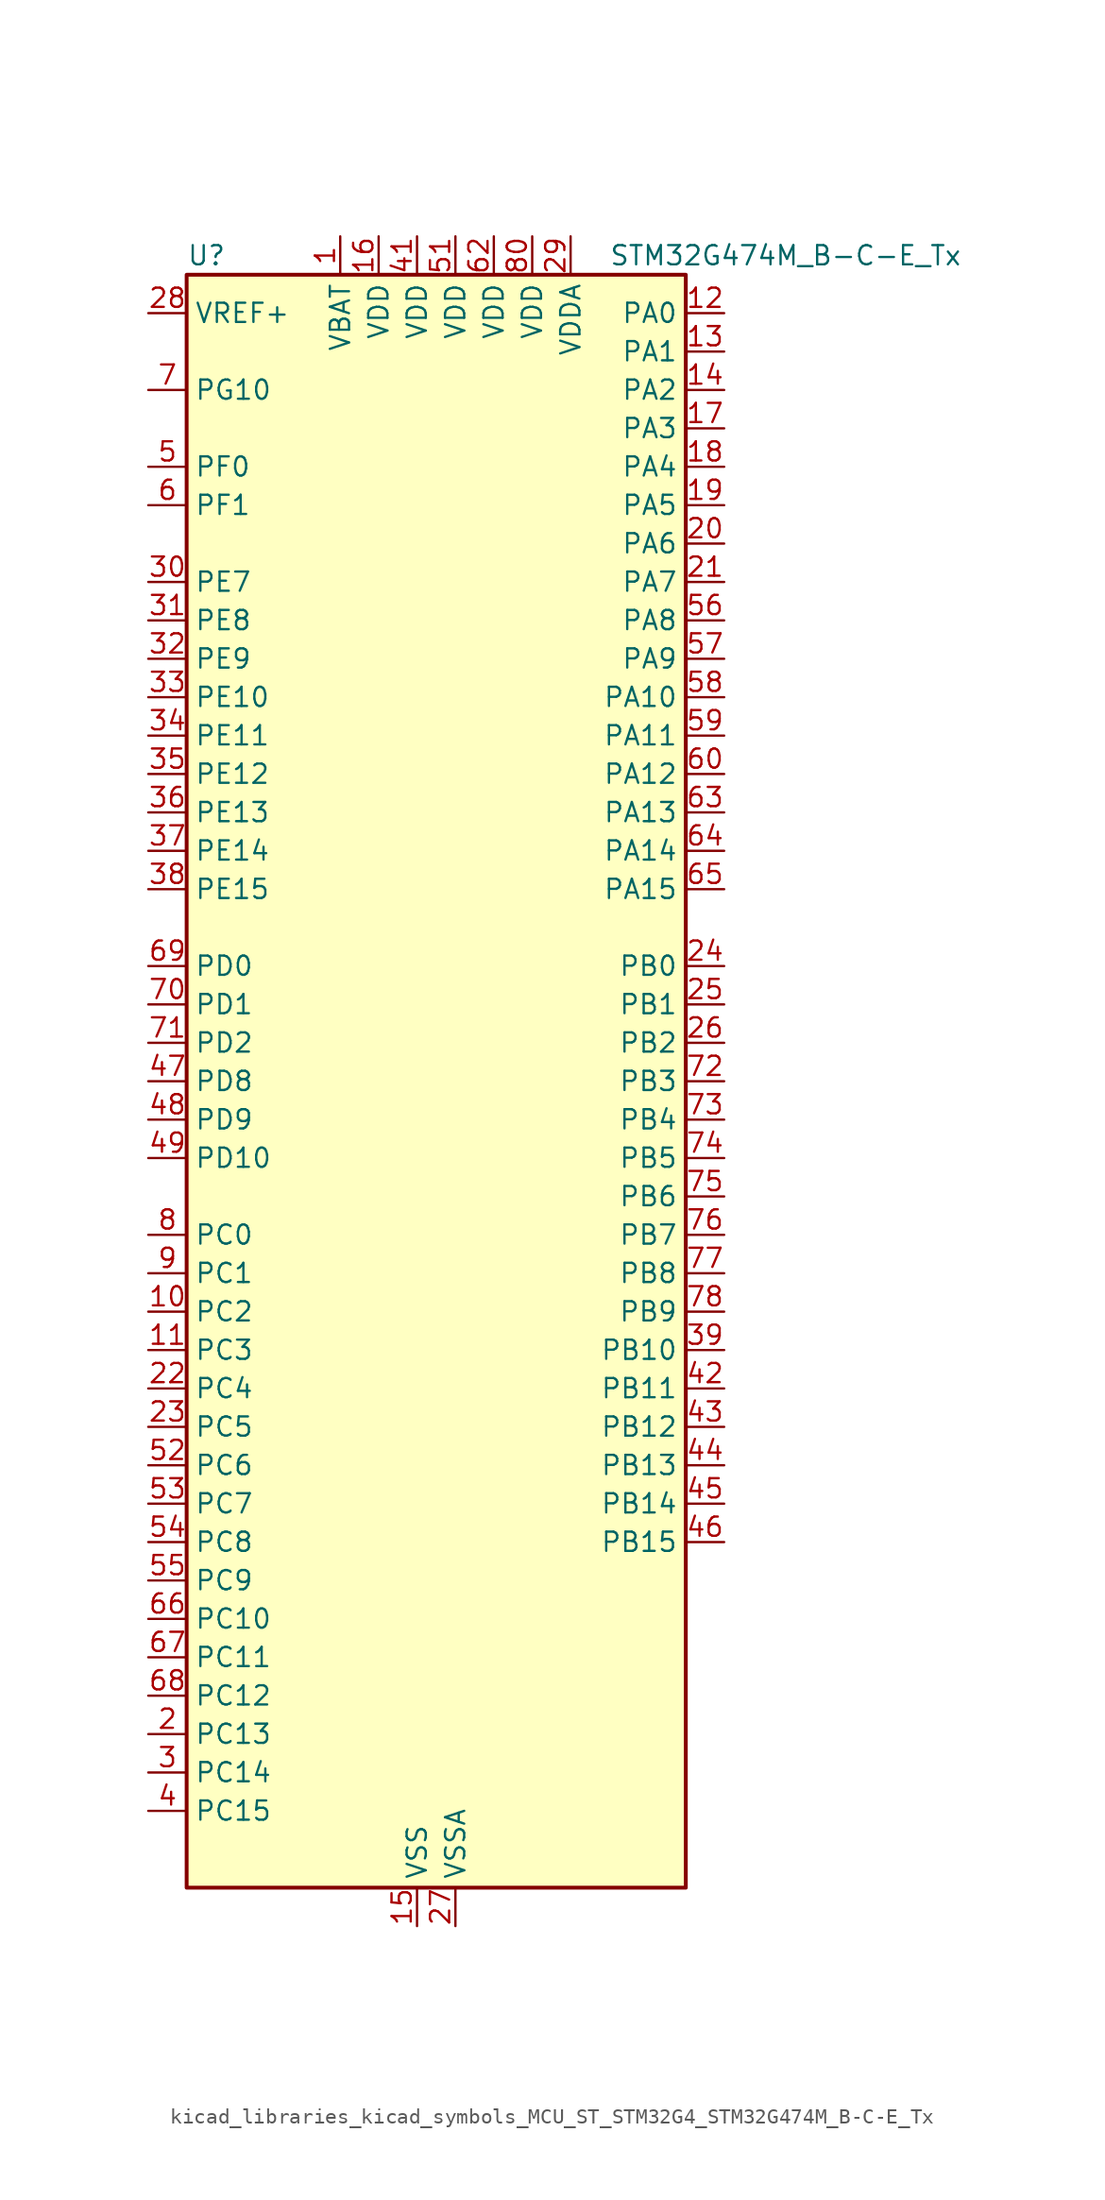
<source format=kicad_sym>
(kicad_symbol_lib
  (version 20220914)
  (generator kicad_symbol_editor)
  (symbol "kicad_libraries_kicad_symbols_MCU_ST_STM32G4_STM32G474M_B-C-E_Tx"
    (property "Reference" "U"
      (at -15.24 54.61 0)
      (effects (font (size 1.27 1.27)) (justify left)))
    (property "Value" "STM32G474M_B-C-E_Tx"
      (at 12.7 54.61 0)
      (effects (font (size 1.27 1.27)) (justify left)))
    (property "ki_locked" ""
      (at 0 0 0)
      (effects (font (size 1.27 1.27))))
    (symbol "kicad_libraries_kicad_symbols_MCU_ST_STM32G4_STM32G474M_B-C-E_Tx_0_1"
      (rectangle (start -15.24 -53.34) (end 17.78 53.34) (stroke (width 0.254) (type default)) (fill (type background))))
    (symbol "kicad_libraries_kicad_symbols_MCU_ST_STM32G4_STM32G474M_B-C-E_Tx_1_1"
      (pin power_in line (at -5.08 55.88 270) (length 2.54) (name "VBAT" (effects (font (size 1.27 1.27)))) (number "1" (effects (font (size 1.27 1.27)))))
      (pin bidirectional line (at -17.78 -15.24 0) (length 2.54) (name "PC2" (effects (font (size 1.27 1.27)))) (number "10" (effects (font (size 1.27 1.27)))) (alternate "ADC1_IN8" bidirectional line) (alternate "ADC2_IN8" bidirectional line) (alternate "ADC3_EXTI2" bidirectional line) (alternate "ADC4_EXTI2" bidirectional line) (alternate "ADC5_EXTI2" bidirectional line) (alternate "COMP3_OUT" bidirectional line) (alternate "LPTIM1_IN2" bidirectional line) (alternate "QUADSPI1_BK2_IO1" bidirectional line) (alternate "TIM1_CH3" bidirectional line) (alternate "TIM20_CH2" bidirectional line))
      (pin bidirectional line (at -17.78 -17.78 0) (length 2.54) (name "PC3" (effects (font (size 1.27 1.27)))) (number "11" (effects (font (size 1.27 1.27)))) (alternate "ADC1_IN9" bidirectional line) (alternate "ADC2_IN9" bidirectional line) (alternate "ADC3_EXTI3" bidirectional line) (alternate "ADC4_EXTI3" bidirectional line) (alternate "ADC5_EXTI3" bidirectional line) (alternate "LPTIM1_ETR" bidirectional line) (alternate "OPAMP5_VINP" bidirectional line) (alternate "OPAMP5_VINP_SEC" bidirectional line) (alternate "QUADSPI1_BK2_IO2" bidirectional line) (alternate "SAI1_D1" bidirectional line) (alternate "SAI1_SD_A" bidirectional line) (alternate "TIM1_BKIN2" bidirectional line) (alternate "TIM1_CH4" bidirectional line))
      (pin bidirectional line (at 20.32 50.8 180) (length 2.54) (name "PA0" (effects (font (size 1.27 1.27)))) (number "12" (effects (font (size 1.27 1.27)))) (alternate "ADC1_IN1" bidirectional line) (alternate "ADC2_IN1" bidirectional line) (alternate "COMP1_INM" bidirectional line) (alternate "COMP1_OUT" bidirectional line) (alternate "COMP3_INP" bidirectional line) (alternate "RTC_TAMP2" bidirectional line) (alternate "SYS_WKUP1" bidirectional line) (alternate "TIM2_CH1" bidirectional line) (alternate "TIM2_ETR" bidirectional line) (alternate "TIM5_CH1" bidirectional line) (alternate "TIM8_BKIN" bidirectional line) (alternate "TIM8_ETR" bidirectional line) (alternate "USART2_CTS" bidirectional line) (alternate "USART2_NSS" bidirectional line))
      (pin bidirectional line (at 20.32 48.26 180) (length 2.54) (name "PA1" (effects (font (size 1.27 1.27)))) (number "13" (effects (font (size 1.27 1.27)))) (alternate "ADC1_IN2" bidirectional line) (alternate "ADC2_IN2" bidirectional line) (alternate "COMP1_INP" bidirectional line) (alternate "OPAMP1_VINP" bidirectional line) (alternate "OPAMP1_VINP_SEC" bidirectional line) (alternate "OPAMP3_VINP" bidirectional line) (alternate "OPAMP3_VINP_SEC" bidirectional line) (alternate "OPAMP6_VINM" bidirectional line) (alternate "OPAMP6_VINM0" bidirectional line) (alternate "OPAMP6_VINM_SEC" bidirectional line) (alternate "RTC_REFIN" bidirectional line) (alternate "TIM15_CH1N" bidirectional line) (alternate "TIM2_CH2" bidirectional line) (alternate "TIM5_CH2" bidirectional line) (alternate "USART2_DE" bidirectional line) (alternate "USART2_RTS" bidirectional line))
      (pin bidirectional line (at 20.32 45.72 180) (length 2.54) (name "PA2" (effects (font (size 1.27 1.27)))) (number "14" (effects (font (size 1.27 1.27)))) (alternate "ADC1_IN3" bidirectional line) (alternate "ADC3_EXTI2" bidirectional line) (alternate "ADC4_EXTI2" bidirectional line) (alternate "ADC5_EXTI2" bidirectional line) (alternate "COMP2_INM" bidirectional line) (alternate "COMP2_OUT" bidirectional line) (alternate "LPUART1_TX" bidirectional line) (alternate "OPAMP1_VOUT" bidirectional line) (alternate "QUADSPI1_BK1_NCS" bidirectional line) (alternate "RCC_LSCO" bidirectional line) (alternate "SYS_WKUP4" bidirectional line) (alternate "TIM15_CH1" bidirectional line) (alternate "TIM2_CH3" bidirectional line) (alternate "TIM5_CH3" bidirectional line) (alternate "UCPD1_FRSTX1" bidirectional line) (alternate "UCPD1_FRSTX2" bidirectional line) (alternate "USART2_TX" bidirectional line))
      (pin power_in line (at 0 -55.88 90) (length 2.54) (name "VSS" (effects (font (size 1.27 1.27)))) (number "15" (effects (font (size 1.27 1.27)))))
      (pin power_in line (at -2.54 55.88 270) (length 2.54) (name "VDD" (effects (font (size 1.27 1.27)))) (number "16" (effects (font (size 1.27 1.27)))))
      (pin bidirectional line (at 20.32 43.18 180) (length 2.54) (name "PA3" (effects (font (size 1.27 1.27)))) (number "17" (effects (font (size 1.27 1.27)))) (alternate "ADC1_IN4" bidirectional line) (alternate "ADC3_EXTI3" bidirectional line) (alternate "ADC4_EXTI3" bidirectional line) (alternate "ADC5_EXTI3" bidirectional line) (alternate "COMP2_INP" bidirectional line) (alternate "LPUART1_RX" bidirectional line) (alternate "OPAMP1_VINM" bidirectional line) (alternate "OPAMP1_VINM0" bidirectional line) (alternate "OPAMP1_VINM_SEC" bidirectional line) (alternate "OPAMP1_VINP" bidirectional line) (alternate "OPAMP1_VINP_SEC" bidirectional line) (alternate "OPAMP5_VINM" bidirectional line) (alternate "OPAMP5_VINM1" bidirectional line) (alternate "OPAMP5_VINM_SEC" bidirectional line) (alternate "QUADSPI1_CLK" bidirectional line) (alternate "SAI1_CK1" bidirectional line) (alternate "SAI1_MCLK_A" bidirectional line) (alternate "TIM15_CH2" bidirectional line) (alternate "TIM2_CH4" bidirectional line) (alternate "TIM5_CH4" bidirectional line) (alternate "USART2_RX" bidirectional line))
      (pin bidirectional line (at 20.32 40.64 180) (length 2.54) (name "PA4" (effects (font (size 1.27 1.27)))) (number "18" (effects (font (size 1.27 1.27)))) (alternate "ADC2_IN17" bidirectional line) (alternate "COMP1_INM" bidirectional line) (alternate "DAC1_OUT1" bidirectional line) (alternate "I2S3_WS" bidirectional line) (alternate "SAI1_FS_B" bidirectional line) (alternate "SPI1_NSS" bidirectional line) (alternate "SPI3_NSS" bidirectional line) (alternate "TIM3_CH2" bidirectional line) (alternate "USART2_CK" bidirectional line))
      (pin bidirectional line (at 20.32 38.1 180) (length 2.54) (name "PA5" (effects (font (size 1.27 1.27)))) (number "19" (effects (font (size 1.27 1.27)))) (alternate "ADC2_IN13" bidirectional line) (alternate "COMP2_INM" bidirectional line) (alternate "DAC1_OUT2" bidirectional line) (alternate "OPAMP2_VINM" bidirectional line) (alternate "OPAMP2_VINM0" bidirectional line) (alternate "OPAMP2_VINM_SEC" bidirectional line) (alternate "SPI1_SCK" bidirectional line) (alternate "TIM2_CH1" bidirectional line) (alternate "TIM2_ETR" bidirectional line) (alternate "UCPD1_FRSTX1" bidirectional line) (alternate "UCPD1_FRSTX2" bidirectional line))
      (pin bidirectional line (at -17.78 -43.18 0) (length 2.54) (name "PC13" (effects (font (size 1.27 1.27)))) (number "2" (effects (font (size 1.27 1.27)))) (alternate "RTC_OUT1" bidirectional line) (alternate "RTC_TAMP1" bidirectional line) (alternate "RTC_TS" bidirectional line) (alternate "SYS_WKUP2" bidirectional line) (alternate "TIM1_BKIN" bidirectional line) (alternate "TIM1_CH1N" bidirectional line) (alternate "TIM8_CH4N" bidirectional line))
      (pin bidirectional line (at 20.32 35.56 180) (length 2.54) (name "PA6" (effects (font (size 1.27 1.27)))) (number "20" (effects (font (size 1.27 1.27)))) (alternate "ADC2_IN3" bidirectional line) (alternate "COMP1_OUT" bidirectional line) (alternate "DAC2_OUT1" bidirectional line) (alternate "LPUART1_CTS" bidirectional line) (alternate "OPAMP2_VOUT" bidirectional line) (alternate "QUADSPI1_BK1_IO3" bidirectional line) (alternate "SPI1_MISO" bidirectional line) (alternate "TIM16_CH1" bidirectional line) (alternate "TIM1_BKIN" bidirectional line) (alternate "TIM3_CH1" bidirectional line) (alternate "TIM8_BKIN" bidirectional line))
      (pin bidirectional line (at 20.32 33.02 180) (length 2.54) (name "PA7" (effects (font (size 1.27 1.27)))) (number "21" (effects (font (size 1.27 1.27)))) (alternate "ADC2_IN4" bidirectional line) (alternate "COMP2_INP" bidirectional line) (alternate "COMP2_OUT" bidirectional line) (alternate "OPAMP1_VINP" bidirectional line) (alternate "OPAMP1_VINP_SEC" bidirectional line) (alternate "OPAMP2_VINP" bidirectional line) (alternate "OPAMP2_VINP_SEC" bidirectional line) (alternate "QUADSPI1_BK1_IO2" bidirectional line) (alternate "SPI1_MOSI" bidirectional line) (alternate "TIM17_CH1" bidirectional line) (alternate "TIM1_CH1N" bidirectional line) (alternate "TIM3_CH2" bidirectional line) (alternate "TIM8_CH1N" bidirectional line) (alternate "UCPD1_FRSTX1" bidirectional line) (alternate "UCPD1_FRSTX2" bidirectional line))
      (pin bidirectional line (at -17.78 -20.32 0) (length 2.54) (name "PC4" (effects (font (size 1.27 1.27)))) (number "22" (effects (font (size 1.27 1.27)))) (alternate "ADC2_IN5" bidirectional line) (alternate "I2C2_SCL" bidirectional line) (alternate "QUADSPI1_BK2_IO3" bidirectional line) (alternate "TIM1_ETR" bidirectional line) (alternate "USART1_TX" bidirectional line))
      (pin bidirectional line (at -17.78 -22.86 0) (length 2.54) (name "PC5" (effects (font (size 1.27 1.27)))) (number "23" (effects (font (size 1.27 1.27)))) (alternate "ADC2_IN11" bidirectional line) (alternate "HRTIM1_EEV10" bidirectional line) (alternate "OPAMP1_VINM" bidirectional line) (alternate "OPAMP1_VINM1" bidirectional line) (alternate "OPAMP1_VINM_SEC" bidirectional line) (alternate "OPAMP2_VINM" bidirectional line) (alternate "OPAMP2_VINM1" bidirectional line) (alternate "OPAMP2_VINM_SEC" bidirectional line) (alternate "SAI1_D3" bidirectional line) (alternate "SYS_WKUP5" bidirectional line) (alternate "TIM15_BKIN" bidirectional line) (alternate "TIM1_CH4N" bidirectional line) (alternate "USART1_RX" bidirectional line))
      (pin bidirectional line (at 20.32 7.62 180) (length 2.54) (name "PB0" (effects (font (size 1.27 1.27)))) (number "24" (effects (font (size 1.27 1.27)))) (alternate "ADC1_IN15" bidirectional line) (alternate "ADC3_IN12" bidirectional line) (alternate "COMP4_INP" bidirectional line) (alternate "HRTIM1_FLT5" bidirectional line) (alternate "OPAMP2_VINP" bidirectional line) (alternate "OPAMP2_VINP_SEC" bidirectional line) (alternate "OPAMP3_VINP" bidirectional line) (alternate "OPAMP3_VINP_SEC" bidirectional line) (alternate "QUADSPI1_BK1_IO1" bidirectional line) (alternate "TIM1_CH2N" bidirectional line) (alternate "TIM3_CH3" bidirectional line) (alternate "TIM8_CH2N" bidirectional line) (alternate "UCPD1_FRSTX1" bidirectional line) (alternate "UCPD1_FRSTX2" bidirectional line))
      (pin bidirectional line (at 20.32 5.08 180) (length 2.54) (name "PB1" (effects (font (size 1.27 1.27)))) (number "25" (effects (font (size 1.27 1.27)))) (alternate "ADC1_IN12" bidirectional line) (alternate "ADC3_IN1" bidirectional line) (alternate "COMP1_INP" bidirectional line) (alternate "COMP4_OUT" bidirectional line) (alternate "HRTIM1_SCOUT" bidirectional line) (alternate "LPUART1_DE" bidirectional line) (alternate "LPUART1_RTS" bidirectional line) (alternate "OPAMP3_VOUT" bidirectional line) (alternate "OPAMP6_VINM" bidirectional line) (alternate "OPAMP6_VINM1" bidirectional line) (alternate "OPAMP6_VINM_SEC" bidirectional line) (alternate "QUADSPI1_BK1_IO0" bidirectional line) (alternate "TIM1_CH3N" bidirectional line) (alternate "TIM3_CH4" bidirectional line) (alternate "TIM8_CH3N" bidirectional line))
      (pin bidirectional line (at 20.32 2.54 180) (length 2.54) (name "PB2" (effects (font (size 1.27 1.27)))) (number "26" (effects (font (size 1.27 1.27)))) (alternate "ADC2_IN12" bidirectional line) (alternate "ADC3_EXTI2" bidirectional line) (alternate "ADC4_EXTI2" bidirectional line) (alternate "ADC5_EXTI2" bidirectional line) (alternate "COMP4_INM" bidirectional line) (alternate "HRTIM1_SCIN" bidirectional line) (alternate "I2C3_SMBA" bidirectional line) (alternate "LPTIM1_OUT" bidirectional line) (alternate "OPAMP3_VINM" bidirectional line) (alternate "OPAMP3_VINM0" bidirectional line) (alternate "OPAMP3_VINM_SEC" bidirectional line) (alternate "QUADSPI1_BK2_IO1" bidirectional line) (alternate "RTC_OUT2" bidirectional line) (alternate "TIM20_CH1" bidirectional line) (alternate "TIM5_CH1" bidirectional line))
      (pin power_in line (at 2.54 -55.88 90) (length 2.54) (name "VSSA" (effects (font (size 1.27 1.27)))) (number "27" (effects (font (size 1.27 1.27)))))
      (pin input line (at -17.78 50.8 0) (length 2.54) (name "VREF+" (effects (font (size 1.27 1.27)))) (number "28" (effects (font (size 1.27 1.27)))) (alternate "VREFBUF_OUT" bidirectional line))
      (pin power_in line (at 10.16 55.88 270) (length 2.54) (name "VDDA" (effects (font (size 1.27 1.27)))) (number "29" (effects (font (size 1.27 1.27)))))
      (pin bidirectional line (at -17.78 -45.72 0) (length 2.54) (name "PC14" (effects (font (size 1.27 1.27)))) (number "3" (effects (font (size 1.27 1.27)))) (alternate "RCC_OSC32_IN" bidirectional line))
      (pin bidirectional line (at -17.78 33.02 0) (length 2.54) (name "PE7" (effects (font (size 1.27 1.27)))) (number "30" (effects (font (size 1.27 1.27)))) (alternate "ADC3_IN4" bidirectional line) (alternate "COMP4_INP" bidirectional line) (alternate "SAI1_SD_B" bidirectional line) (alternate "TIM1_ETR" bidirectional line))
      (pin bidirectional line (at -17.78 30.48 0) (length 2.54) (name "PE8" (effects (font (size 1.27 1.27)))) (number "31" (effects (font (size 1.27 1.27)))) (alternate "ADC3_IN6" bidirectional line) (alternate "ADC4_IN6" bidirectional line) (alternate "ADC5_IN6" bidirectional line) (alternate "COMP4_INM" bidirectional line) (alternate "SAI1_SCK_B" bidirectional line) (alternate "TIM1_CH1N" bidirectional line) (alternate "TIM5_CH3" bidirectional line))
      (pin bidirectional line (at -17.78 27.94 0) (length 2.54) (name "PE9" (effects (font (size 1.27 1.27)))) (number "32" (effects (font (size 1.27 1.27)))) (alternate "ADC3_IN2" bidirectional line) (alternate "DAC1_EXTI9" bidirectional line) (alternate "DAC2_EXTI9" bidirectional line) (alternate "DAC3_EXTI9" bidirectional line) (alternate "DAC4_EXTI9" bidirectional line) (alternate "SAI1_FS_B" bidirectional line) (alternate "TIM1_CH1" bidirectional line) (alternate "TIM5_CH4" bidirectional line))
      (pin bidirectional line (at -17.78 25.4 0) (length 2.54) (name "PE10" (effects (font (size 1.27 1.27)))) (number "33" (effects (font (size 1.27 1.27)))) (alternate "ADC3_IN14" bidirectional line) (alternate "ADC4_IN14" bidirectional line) (alternate "ADC5_IN14" bidirectional line) (alternate "DAC1_EXTI10" bidirectional line) (alternate "DAC2_EXTI10" bidirectional line) (alternate "DAC3_EXTI10" bidirectional line) (alternate "DAC4_EXTI10" bidirectional line) (alternate "QUADSPI1_CLK" bidirectional line) (alternate "SAI1_MCLK_B" bidirectional line) (alternate "TIM1_CH2N" bidirectional line))
      (pin bidirectional line (at -17.78 22.86 0) (length 2.54) (name "PE11" (effects (font (size 1.27 1.27)))) (number "34" (effects (font (size 1.27 1.27)))) (alternate "ADC1_EXTI11" bidirectional line) (alternate "ADC2_EXTI11" bidirectional line) (alternate "ADC3_IN15" bidirectional line) (alternate "ADC4_IN15" bidirectional line) (alternate "ADC5_IN15" bidirectional line) (alternate "QUADSPI1_BK1_NCS" bidirectional line) (alternate "SPI4_NSS" bidirectional line) (alternate "TIM1_CH2" bidirectional line))
      (pin bidirectional line (at -17.78 20.32 0) (length 2.54) (name "PE12" (effects (font (size 1.27 1.27)))) (number "35" (effects (font (size 1.27 1.27)))) (alternate "ADC3_IN16" bidirectional line) (alternate "ADC4_IN16" bidirectional line) (alternate "ADC5_IN16" bidirectional line) (alternate "QUADSPI1_BK1_IO0" bidirectional line) (alternate "SPI4_SCK" bidirectional line) (alternate "TIM1_CH3N" bidirectional line))
      (pin bidirectional line (at -17.78 17.78 0) (length 2.54) (name "PE13" (effects (font (size 1.27 1.27)))) (number "36" (effects (font (size 1.27 1.27)))) (alternate "ADC3_IN3" bidirectional line) (alternate "QUADSPI1_BK1_IO1" bidirectional line) (alternate "SPI4_MISO" bidirectional line) (alternate "TIM1_CH3" bidirectional line))
      (pin bidirectional line (at -17.78 15.24 0) (length 2.54) (name "PE14" (effects (font (size 1.27 1.27)))) (number "37" (effects (font (size 1.27 1.27)))) (alternate "ADC4_IN1" bidirectional line) (alternate "QUADSPI1_BK1_IO2" bidirectional line) (alternate "SPI4_MOSI" bidirectional line) (alternate "TIM1_BKIN2" bidirectional line) (alternate "TIM1_CH4" bidirectional line))
      (pin bidirectional line (at -17.78 12.7 0) (length 2.54) (name "PE15" (effects (font (size 1.27 1.27)))) (number "38" (effects (font (size 1.27 1.27)))) (alternate "ADC1_EXTI15" bidirectional line) (alternate "ADC2_EXTI15" bidirectional line) (alternate "ADC4_IN2" bidirectional line) (alternate "QUADSPI1_BK1_IO3" bidirectional line) (alternate "TIM1_BKIN" bidirectional line) (alternate "TIM1_CH4N" bidirectional line) (alternate "USART3_RX" bidirectional line))
      (pin bidirectional line (at 20.32 -17.78 180) (length 2.54) (name "PB10" (effects (font (size 1.27 1.27)))) (number "39" (effects (font (size 1.27 1.27)))) (alternate "COMP5_INM" bidirectional line) (alternate "DAC1_EXTI10" bidirectional line) (alternate "DAC2_EXTI10" bidirectional line) (alternate "DAC3_EXTI10" bidirectional line) (alternate "DAC4_EXTI10" bidirectional line) (alternate "HRTIM1_FLT3" bidirectional line) (alternate "LPUART1_RX" bidirectional line) (alternate "OPAMP3_VINM" bidirectional line) (alternate "OPAMP3_VINM1" bidirectional line) (alternate "OPAMP3_VINM_SEC" bidirectional line) (alternate "OPAMP4_VINM" bidirectional line) (alternate "OPAMP4_VINM0" bidirectional line) (alternate "OPAMP4_VINM_SEC" bidirectional line) (alternate "QUADSPI1_CLK" bidirectional line) (alternate "SAI1_SCK_A" bidirectional line) (alternate "TIM1_BKIN" bidirectional line) (alternate "TIM2_CH3" bidirectional line) (alternate "USART3_TX" bidirectional line))
      (pin bidirectional line (at -17.78 -48.26 0) (length 2.54) (name "PC15" (effects (font (size 1.27 1.27)))) (number "4" (effects (font (size 1.27 1.27)))) (alternate "ADC1_EXTI15" bidirectional line) (alternate "ADC2_EXTI15" bidirectional line) (alternate "RCC_OSC32_OUT" bidirectional line))
      (pin passive line (at 0 -55.88 90) (length 2.54) hide (name "VSS" (effects (font (size 1.27 1.27)))) (number "40" (effects (font (size 1.27 1.27)))))
      (pin power_in line (at 0 55.88 270) (length 2.54) (name "VDD" (effects (font (size 1.27 1.27)))) (number "41" (effects (font (size 1.27 1.27)))))
      (pin bidirectional line (at 20.32 -20.32 180) (length 2.54) (name "PB11" (effects (font (size 1.27 1.27)))) (number "42" (effects (font (size 1.27 1.27)))) (alternate "ADC1_EXTI11" bidirectional line) (alternate "ADC1_IN14" bidirectional line) (alternate "ADC2_EXTI11" bidirectional line) (alternate "ADC2_IN14" bidirectional line) (alternate "COMP6_INP" bidirectional line) (alternate "HRTIM1_FLT4" bidirectional line) (alternate "LPUART1_TX" bidirectional line) (alternate "OPAMP4_VINP" bidirectional line) (alternate "OPAMP4_VINP_SEC" bidirectional line) (alternate "OPAMP6_VOUT" bidirectional line) (alternate "QUADSPI1_BK1_NCS" bidirectional line) (alternate "TIM2_CH4" bidirectional line) (alternate "USART3_RX" bidirectional line))
      (pin bidirectional line (at 20.32 -22.86 180) (length 2.54) (name "PB12" (effects (font (size 1.27 1.27)))) (number "43" (effects (font (size 1.27 1.27)))) (alternate "ADC1_IN11" bidirectional line) (alternate "ADC4_IN3" bidirectional line) (alternate "COMP7_INM" bidirectional line) (alternate "FDCAN2_RX" bidirectional line) (alternate "HRTIM1_CHC1" bidirectional line) (alternate "I2C2_SMBA" bidirectional line) (alternate "I2S2_WS" bidirectional line) (alternate "LPUART1_DE" bidirectional line) (alternate "LPUART1_RTS" bidirectional line) (alternate "OPAMP4_VOUT" bidirectional line) (alternate "OPAMP6_VINP" bidirectional line) (alternate "OPAMP6_VINP_SEC" bidirectional line) (alternate "SPI2_NSS" bidirectional line) (alternate "TIM1_BKIN" bidirectional line) (alternate "TIM5_ETR" bidirectional line) (alternate "USART3_CK" bidirectional line))
      (pin bidirectional line (at 20.32 -25.4 180) (length 2.54) (name "PB13" (effects (font (size 1.27 1.27)))) (number "44" (effects (font (size 1.27 1.27)))) (alternate "ADC3_IN5" bidirectional line) (alternate "COMP5_INP" bidirectional line) (alternate "FDCAN2_TX" bidirectional line) (alternate "HRTIM1_CHC2" bidirectional line) (alternate "I2S2_CK" bidirectional line) (alternate "LPUART1_CTS" bidirectional line) (alternate "OPAMP3_VINP" bidirectional line) (alternate "OPAMP3_VINP_SEC" bidirectional line) (alternate "OPAMP4_VINP" bidirectional line) (alternate "OPAMP4_VINP_SEC" bidirectional line) (alternate "OPAMP6_VINP" bidirectional line) (alternate "OPAMP6_VINP_SEC" bidirectional line) (alternate "SPI2_SCK" bidirectional line) (alternate "TIM1_CH1N" bidirectional line) (alternate "USART3_CTS" bidirectional line) (alternate "USART3_NSS" bidirectional line))
      (pin bidirectional line (at 20.32 -27.94 180) (length 2.54) (name "PB14" (effects (font (size 1.27 1.27)))) (number "45" (effects (font (size 1.27 1.27)))) (alternate "ADC1_IN5" bidirectional line) (alternate "ADC4_IN4" bidirectional line) (alternate "COMP4_OUT" bidirectional line) (alternate "COMP7_INP" bidirectional line) (alternate "HRTIM1_CHD1" bidirectional line) (alternate "OPAMP2_VINP" bidirectional line) (alternate "OPAMP2_VINP_SEC" bidirectional line) (alternate "OPAMP5_VINP" bidirectional line) (alternate "OPAMP5_VINP_SEC" bidirectional line) (alternate "SPI2_MISO" bidirectional line) (alternate "TIM15_CH1" bidirectional line) (alternate "TIM1_CH2N" bidirectional line) (alternate "USART3_DE" bidirectional line) (alternate "USART3_RTS" bidirectional line))
      (pin bidirectional line (at 20.32 -30.48 180) (length 2.54) (name "PB15" (effects (font (size 1.27 1.27)))) (number "46" (effects (font (size 1.27 1.27)))) (alternate "ADC1_EXTI15" bidirectional line) (alternate "ADC2_EXTI15" bidirectional line) (alternate "ADC2_IN15" bidirectional line) (alternate "ADC4_IN5" bidirectional line) (alternate "COMP3_OUT" bidirectional line) (alternate "COMP6_INM" bidirectional line) (alternate "HRTIM1_CHD2" bidirectional line) (alternate "I2S2_SD" bidirectional line) (alternate "OPAMP5_VINM" bidirectional line) (alternate "OPAMP5_VINM0" bidirectional line) (alternate "OPAMP5_VINM_SEC" bidirectional line) (alternate "RTC_REFIN" bidirectional line) (alternate "SPI2_MOSI" bidirectional line) (alternate "TIM15_CH1N" bidirectional line) (alternate "TIM15_CH2" bidirectional line) (alternate "TIM1_CH3N" bidirectional line))
      (pin bidirectional line (at -17.78 0 0) (length 2.54) (name "PD8" (effects (font (size 1.27 1.27)))) (number "47" (effects (font (size 1.27 1.27)))) (alternate "ADC4_IN12" bidirectional line) (alternate "ADC5_IN12" bidirectional line) (alternate "OPAMP4_VINM" bidirectional line) (alternate "OPAMP4_VINM1" bidirectional line) (alternate "OPAMP4_VINM_SEC" bidirectional line) (alternate "USART3_TX" bidirectional line))
      (pin bidirectional line (at -17.78 -2.54 0) (length 2.54) (name "PD9" (effects (font (size 1.27 1.27)))) (number "48" (effects (font (size 1.27 1.27)))) (alternate "ADC4_IN13" bidirectional line) (alternate "ADC5_IN13" bidirectional line) (alternate "DAC1_EXTI9" bidirectional line) (alternate "DAC2_EXTI9" bidirectional line) (alternate "DAC3_EXTI9" bidirectional line) (alternate "DAC4_EXTI9" bidirectional line) (alternate "OPAMP6_VINP" bidirectional line) (alternate "OPAMP6_VINP_SEC" bidirectional line) (alternate "USART3_RX" bidirectional line))
      (pin bidirectional line (at -17.78 -5.08 0) (length 2.54) (name "PD10" (effects (font (size 1.27 1.27)))) (number "49" (effects (font (size 1.27 1.27)))) (alternate "ADC3_IN7" bidirectional line) (alternate "ADC4_IN7" bidirectional line) (alternate "ADC5_IN7" bidirectional line) (alternate "COMP6_INM" bidirectional line) (alternate "DAC1_EXTI10" bidirectional line) (alternate "DAC2_EXTI10" bidirectional line) (alternate "DAC3_EXTI10" bidirectional line) (alternate "DAC4_EXTI10" bidirectional line) (alternate "USART3_CK" bidirectional line))
      (pin bidirectional line (at -17.78 40.64 0) (length 2.54) (name "PF0" (effects (font (size 1.27 1.27)))) (number "5" (effects (font (size 1.27 1.27)))) (alternate "ADC1_IN10" bidirectional line) (alternate "I2C2_SDA" bidirectional line) (alternate "I2S2_WS" bidirectional line) (alternate "RCC_OSC_IN" bidirectional line) (alternate "SPI2_NSS" bidirectional line) (alternate "TIM1_CH3N" bidirectional line))
      (pin passive line (at 0 -55.88 90) (length 2.54) hide (name "VSS" (effects (font (size 1.27 1.27)))) (number "50" (effects (font (size 1.27 1.27)))))
      (pin power_in line (at 2.54 55.88 270) (length 2.54) (name "VDD" (effects (font (size 1.27 1.27)))) (number "51" (effects (font (size 1.27 1.27)))))
      (pin bidirectional line (at -17.78 -25.4 0) (length 2.54) (name "PC6" (effects (font (size 1.27 1.27)))) (number "52" (effects (font (size 1.27 1.27)))) (alternate "COMP6_OUT" bidirectional line) (alternate "HRTIM1_CHF1" bidirectional line) (alternate "HRTIM1_EEV10" bidirectional line) (alternate "I2C4_SCL" bidirectional line) (alternate "I2S2_MCK" bidirectional line) (alternate "TIM3_CH1" bidirectional line) (alternate "TIM8_CH1" bidirectional line))
      (pin bidirectional line (at -17.78 -27.94 0) (length 2.54) (name "PC7" (effects (font (size 1.27 1.27)))) (number "53" (effects (font (size 1.27 1.27)))) (alternate "COMP5_OUT" bidirectional line) (alternate "HRTIM1_CHF2" bidirectional line) (alternate "HRTIM1_FLT5" bidirectional line) (alternate "I2C4_SDA" bidirectional line) (alternate "I2S3_MCK" bidirectional line) (alternate "TIM3_CH2" bidirectional line) (alternate "TIM8_CH2" bidirectional line))
      (pin bidirectional line (at -17.78 -30.48 0) (length 2.54) (name "PC8" (effects (font (size 1.27 1.27)))) (number "54" (effects (font (size 1.27 1.27)))) (alternate "COMP7_OUT" bidirectional line) (alternate "HRTIM1_CHE1" bidirectional line) (alternate "I2C3_SCL" bidirectional line) (alternate "TIM20_CH3" bidirectional line) (alternate "TIM3_CH3" bidirectional line) (alternate "TIM8_CH3" bidirectional line))
      (pin bidirectional line (at -17.78 -33.02 0) (length 2.54) (name "PC9" (effects (font (size 1.27 1.27)))) (number "55" (effects (font (size 1.27 1.27)))) (alternate "DAC1_EXTI9" bidirectional line) (alternate "DAC2_EXTI9" bidirectional line) (alternate "DAC3_EXTI9" bidirectional line) (alternate "DAC4_EXTI9" bidirectional line) (alternate "HRTIM1_CHE2" bidirectional line) (alternate "I2C3_SDA" bidirectional line) (alternate "I2S_CKIN" bidirectional line) (alternate "TIM3_CH4" bidirectional line) (alternate "TIM8_BKIN2" bidirectional line) (alternate "TIM8_CH4" bidirectional line))
      (pin bidirectional line (at 20.32 30.48 180) (length 2.54) (name "PA8" (effects (font (size 1.27 1.27)))) (number "56" (effects (font (size 1.27 1.27)))) (alternate "ADC5_IN1" bidirectional line) (alternate "COMP7_OUT" bidirectional line) (alternate "FDCAN3_RX" bidirectional line) (alternate "HRTIM1_CHA1" bidirectional line) (alternate "I2C2_SDA" bidirectional line) (alternate "I2C3_SCL" bidirectional line) (alternate "I2S2_MCK" bidirectional line) (alternate "OPAMP5_VOUT" bidirectional line) (alternate "RCC_MCO" bidirectional line) (alternate "SAI1_CK2" bidirectional line) (alternate "SAI1_SCK_A" bidirectional line) (alternate "TIM1_CH1" bidirectional line) (alternate "TIM4_ETR" bidirectional line) (alternate "USART1_CK" bidirectional line))
      (pin bidirectional line (at 20.32 27.94 180) (length 2.54) (name "PA9" (effects (font (size 1.27 1.27)))) (number "57" (effects (font (size 1.27 1.27)))) (alternate "ADC5_IN2" bidirectional line) (alternate "COMP5_OUT" bidirectional line) (alternate "DAC1_EXTI9" bidirectional line) (alternate "DAC2_EXTI9" bidirectional line) (alternate "DAC3_EXTI9" bidirectional line) (alternate "DAC4_EXTI9" bidirectional line) (alternate "HRTIM1_CHA2" bidirectional line) (alternate "I2C2_SCL" bidirectional line) (alternate "I2C3_SMBA" bidirectional line) (alternate "I2S3_MCK" bidirectional line) (alternate "SAI1_FS_A" bidirectional line) (alternate "TIM15_BKIN" bidirectional line) (alternate "TIM1_CH2" bidirectional line) (alternate "TIM2_CH3" bidirectional line) (alternate "UCPD1_DBCC1" bidirectional line) (alternate "USART1_TX" bidirectional line))
      (pin bidirectional line (at 20.32 25.4 180) (length 2.54) (name "PA10" (effects (font (size 1.27 1.27)))) (number "58" (effects (font (size 1.27 1.27)))) (alternate "COMP6_OUT" bidirectional line) (alternate "CRS_SYNC" bidirectional line) (alternate "DAC1_EXTI10" bidirectional line) (alternate "DAC2_EXTI10" bidirectional line) (alternate "DAC3_EXTI10" bidirectional line) (alternate "DAC4_EXTI10" bidirectional line) (alternate "HRTIM1_CHB1" bidirectional line) (alternate "I2C2_SMBA" bidirectional line) (alternate "SAI1_D1" bidirectional line) (alternate "SAI1_SD_A" bidirectional line) (alternate "SPI2_MISO" bidirectional line) (alternate "TIM17_BKIN" bidirectional line) (alternate "TIM1_CH3" bidirectional line) (alternate "TIM2_CH4" bidirectional line) (alternate "TIM8_BKIN" bidirectional line) (alternate "UCPD1_DBCC2" bidirectional line) (alternate "USART1_RX" bidirectional line))
      (pin bidirectional line (at 20.32 22.86 180) (length 2.54) (name "PA11" (effects (font (size 1.27 1.27)))) (number "59" (effects (font (size 1.27 1.27)))) (alternate "ADC1_EXTI11" bidirectional line) (alternate "ADC2_EXTI11" bidirectional line) (alternate "COMP1_OUT" bidirectional line) (alternate "FDCAN1_RX" bidirectional line) (alternate "HRTIM1_CHB2" bidirectional line) (alternate "I2S2_SD" bidirectional line) (alternate "SPI2_MOSI" bidirectional line) (alternate "TIM1_BKIN2" bidirectional line) (alternate "TIM1_CH1N" bidirectional line) (alternate "TIM1_CH4" bidirectional line) (alternate "TIM4_CH1" bidirectional line) (alternate "USART1_CTS" bidirectional line) (alternate "USART1_NSS" bidirectional line) (alternate "USB_DM" bidirectional line))
      (pin bidirectional line (at -17.78 38.1 0) (length 2.54) (name "PF1" (effects (font (size 1.27 1.27)))) (number "6" (effects (font (size 1.27 1.27)))) (alternate "ADC2_IN10" bidirectional line) (alternate "COMP3_INM" bidirectional line) (alternate "I2S2_CK" bidirectional line) (alternate "RCC_OSC_OUT" bidirectional line) (alternate "SPI2_SCK" bidirectional line))
      (pin bidirectional line (at 20.32 20.32 180) (length 2.54) (name "PA12" (effects (font (size 1.27 1.27)))) (number "60" (effects (font (size 1.27 1.27)))) (alternate "COMP2_OUT" bidirectional line) (alternate "FDCAN1_TX" bidirectional line) (alternate "HRTIM1_FLT1" bidirectional line) (alternate "I2S_CKIN" bidirectional line) (alternate "TIM16_CH1" bidirectional line) (alternate "TIM1_CH2N" bidirectional line) (alternate "TIM1_ETR" bidirectional line) (alternate "TIM4_CH2" bidirectional line) (alternate "USART1_DE" bidirectional line) (alternate "USART1_RTS" bidirectional line) (alternate "USB_DP" bidirectional line))
      (pin passive line (at 0 -55.88 90) (length 2.54) hide (name "VSS" (effects (font (size 1.27 1.27)))) (number "61" (effects (font (size 1.27 1.27)))))
      (pin power_in line (at 5.08 55.88 270) (length 2.54) (name "VDD" (effects (font (size 1.27 1.27)))) (number "62" (effects (font (size 1.27 1.27)))))
      (pin bidirectional line (at 20.32 17.78 180) (length 2.54) (name "PA13" (effects (font (size 1.27 1.27)))) (number "63" (effects (font (size 1.27 1.27)))) (alternate "I2C1_SCL" bidirectional line) (alternate "I2C4_SCL" bidirectional line) (alternate "IR_OUT" bidirectional line) (alternate "SAI1_SD_B" bidirectional line) (alternate "SYS_JTMS-SWDIO" bidirectional line) (alternate "TIM16_CH1N" bidirectional line) (alternate "TIM4_CH3" bidirectional line) (alternate "USART3_CTS" bidirectional line) (alternate "USART3_NSS" bidirectional line))
      (pin bidirectional line (at 20.32 15.24 180) (length 2.54) (name "PA14" (effects (font (size 1.27 1.27)))) (number "64" (effects (font (size 1.27 1.27)))) (alternate "I2C1_SDA" bidirectional line) (alternate "I2C4_SMBA" bidirectional line) (alternate "LPTIM1_OUT" bidirectional line) (alternate "SAI1_FS_B" bidirectional line) (alternate "SYS_JTCK-SWCLK" bidirectional line) (alternate "TIM1_BKIN" bidirectional line) (alternate "TIM8_CH2" bidirectional line) (alternate "USART2_TX" bidirectional line))
      (pin bidirectional line (at 20.32 12.7 180) (length 2.54) (name "PA15" (effects (font (size 1.27 1.27)))) (number "65" (effects (font (size 1.27 1.27)))) (alternate "ADC1_EXTI15" bidirectional line) (alternate "ADC2_EXTI15" bidirectional line) (alternate "FDCAN3_TX" bidirectional line) (alternate "HRTIM1_FLT2" bidirectional line) (alternate "I2C1_SCL" bidirectional line) (alternate "I2S3_WS" bidirectional line) (alternate "SPI1_NSS" bidirectional line) (alternate "SPI3_NSS" bidirectional line) (alternate "SYS_JTDI" bidirectional line) (alternate "TIM1_BKIN" bidirectional line) (alternate "TIM2_CH1" bidirectional line) (alternate "TIM2_ETR" bidirectional line) (alternate "TIM8_CH1" bidirectional line) (alternate "UART4_DE" bidirectional line) (alternate "UART4_RTS" bidirectional line) (alternate "USART2_RX" bidirectional line))
      (pin bidirectional line (at -17.78 -35.56 0) (length 2.54) (name "PC10" (effects (font (size 1.27 1.27)))) (number "66" (effects (font (size 1.27 1.27)))) (alternate "DAC1_EXTI10" bidirectional line) (alternate "DAC2_EXTI10" bidirectional line) (alternate "DAC3_EXTI10" bidirectional line) (alternate "DAC4_EXTI10" bidirectional line) (alternate "HRTIM1_FLT6" bidirectional line) (alternate "I2S3_CK" bidirectional line) (alternate "SPI3_SCK" bidirectional line) (alternate "TIM8_CH1N" bidirectional line) (alternate "UART4_TX" bidirectional line) (alternate "USART3_TX" bidirectional line))
      (pin bidirectional line (at -17.78 -38.1 0) (length 2.54) (name "PC11" (effects (font (size 1.27 1.27)))) (number "67" (effects (font (size 1.27 1.27)))) (alternate "ADC1_EXTI11" bidirectional line) (alternate "ADC2_EXTI11" bidirectional line) (alternate "HRTIM1_EEV2" bidirectional line) (alternate "I2C3_SDA" bidirectional line) (alternate "SPI3_MISO" bidirectional line) (alternate "TIM8_CH2N" bidirectional line) (alternate "UART4_RX" bidirectional line) (alternate "USART3_RX" bidirectional line))
      (pin bidirectional line (at -17.78 -40.64 0) (length 2.54) (name "PC12" (effects (font (size 1.27 1.27)))) (number "68" (effects (font (size 1.27 1.27)))) (alternate "HRTIM1_EEV1" bidirectional line) (alternate "I2S3_SD" bidirectional line) (alternate "SPI3_MOSI" bidirectional line) (alternate "TIM5_CH2" bidirectional line) (alternate "TIM8_CH3N" bidirectional line) (alternate "UART5_TX" bidirectional line) (alternate "UCPD1_FRSTX1" bidirectional line) (alternate "UCPD1_FRSTX2" bidirectional line) (alternate "USART3_CK" bidirectional line))
      (pin bidirectional line (at -17.78 7.62 0) (length 2.54) (name "PD0" (effects (font (size 1.27 1.27)))) (number "69" (effects (font (size 1.27 1.27)))) (alternate "FDCAN1_RX" bidirectional line) (alternate "TIM8_CH4N" bidirectional line))
      (pin bidirectional line (at -17.78 45.72 0) (length 2.54) (name "PG10" (effects (font (size 1.27 1.27)))) (number "7" (effects (font (size 1.27 1.27)))) (alternate "DAC1_EXTI10" bidirectional line) (alternate "DAC2_EXTI10" bidirectional line) (alternate "DAC3_EXTI10" bidirectional line) (alternate "DAC4_EXTI10" bidirectional line) (alternate "RCC_MCO" bidirectional line))
      (pin bidirectional line (at -17.78 5.08 0) (length 2.54) (name "PD1" (effects (font (size 1.27 1.27)))) (number "70" (effects (font (size 1.27 1.27)))) (alternate "FDCAN1_TX" bidirectional line) (alternate "TIM8_BKIN2" bidirectional line) (alternate "TIM8_CH4" bidirectional line))
      (pin bidirectional line (at -17.78 2.54 0) (length 2.54) (name "PD2" (effects (font (size 1.27 1.27)))) (number "71" (effects (font (size 1.27 1.27)))) (alternate "ADC3_EXTI2" bidirectional line) (alternate "ADC4_EXTI2" bidirectional line) (alternate "ADC5_EXTI2" bidirectional line) (alternate "TIM3_ETR" bidirectional line) (alternate "TIM8_BKIN" bidirectional line) (alternate "UART5_RX" bidirectional line))
      (pin bidirectional line (at 20.32 0 180) (length 2.54) (name "PB3" (effects (font (size 1.27 1.27)))) (number "72" (effects (font (size 1.27 1.27)))) (alternate "ADC3_EXTI3" bidirectional line) (alternate "ADC4_EXTI3" bidirectional line) (alternate "ADC5_EXTI3" bidirectional line) (alternate "CRS_SYNC" bidirectional line) (alternate "FDCAN3_RX" bidirectional line) (alternate "HRTIM1_EEV9" bidirectional line) (alternate "HRTIM1_SCOUT" bidirectional line) (alternate "I2S3_CK" bidirectional line) (alternate "SAI1_SCK_B" bidirectional line) (alternate "SPI1_SCK" bidirectional line) (alternate "SPI3_SCK" bidirectional line) (alternate "SYS_JTDO-SWO" bidirectional line) (alternate "TIM2_CH2" bidirectional line) (alternate "TIM3_ETR" bidirectional line) (alternate "TIM4_ETR" bidirectional line) (alternate "TIM8_CH1N" bidirectional line) (alternate "USART2_TX" bidirectional line))
      (pin bidirectional line (at 20.32 -2.54 180) (length 2.54) (name "PB4" (effects (font (size 1.27 1.27)))) (number "73" (effects (font (size 1.27 1.27)))) (alternate "FDCAN3_TX" bidirectional line) (alternate "HRTIM1_EEV7" bidirectional line) (alternate "SAI1_MCLK_B" bidirectional line) (alternate "SPI1_MISO" bidirectional line) (alternate "SPI3_MISO" bidirectional line) (alternate "SYS_JTRST" bidirectional line) (alternate "TIM16_CH1" bidirectional line) (alternate "TIM17_BKIN" bidirectional line) (alternate "TIM3_CH1" bidirectional line) (alternate "TIM8_CH2N" bidirectional line) (alternate "UART5_DE" bidirectional line) (alternate "UART5_RTS" bidirectional line) (alternate "UCPD1_CC2" bidirectional line) (alternate "USART2_RX" bidirectional line))
      (pin bidirectional line (at 20.32 -5.08 180) (length 2.54) (name "PB5" (effects (font (size 1.27 1.27)))) (number "74" (effects (font (size 1.27 1.27)))) (alternate "FDCAN2_RX" bidirectional line) (alternate "HRTIM1_EEV6" bidirectional line) (alternate "I2C1_SMBA" bidirectional line) (alternate "I2C3_SDA" bidirectional line) (alternate "I2S3_SD" bidirectional line) (alternate "LPTIM1_IN1" bidirectional line) (alternate "SAI1_SD_B" bidirectional line) (alternate "SPI1_MOSI" bidirectional line) (alternate "SPI3_MOSI" bidirectional line) (alternate "TIM16_BKIN" bidirectional line) (alternate "TIM17_CH1" bidirectional line) (alternate "TIM3_CH2" bidirectional line) (alternate "TIM8_CH3N" bidirectional line) (alternate "UART5_CTS" bidirectional line) (alternate "USART2_CK" bidirectional line))
      (pin bidirectional line (at 20.32 -7.62 180) (length 2.54) (name "PB6" (effects (font (size 1.27 1.27)))) (number "75" (effects (font (size 1.27 1.27)))) (alternate "COMP4_OUT" bidirectional line) (alternate "FDCAN2_TX" bidirectional line) (alternate "HRTIM1_EEV4" bidirectional line) (alternate "HRTIM1_SCIN" bidirectional line) (alternate "LPTIM1_ETR" bidirectional line) (alternate "SAI1_FS_B" bidirectional line) (alternate "TIM16_CH1N" bidirectional line) (alternate "TIM4_CH1" bidirectional line) (alternate "TIM8_BKIN2" bidirectional line) (alternate "TIM8_CH1" bidirectional line) (alternate "TIM8_ETR" bidirectional line) (alternate "UCPD1_CC1" bidirectional line) (alternate "USART1_TX" bidirectional line))
      (pin bidirectional line (at 20.32 -10.16 180) (length 2.54) (name "PB7" (effects (font (size 1.27 1.27)))) (number "76" (effects (font (size 1.27 1.27)))) (alternate "COMP3_OUT" bidirectional line) (alternate "HRTIM1_EEV3" bidirectional line) (alternate "I2C1_SDA" bidirectional line) (alternate "I2C4_SDA" bidirectional line) (alternate "LPTIM1_IN2" bidirectional line) (alternate "SYS_PVD_IN" bidirectional line) (alternate "TIM17_CH1N" bidirectional line) (alternate "TIM3_CH4" bidirectional line) (alternate "TIM4_CH2" bidirectional line) (alternate "TIM8_BKIN" bidirectional line) (alternate "UART4_CTS" bidirectional line) (alternate "USART1_RX" bidirectional line))
      (pin bidirectional line (at 20.32 -12.7 180) (length 2.54) (name "PB8" (effects (font (size 1.27 1.27)))) (number "77" (effects (font (size 1.27 1.27)))) (alternate "COMP1_OUT" bidirectional line) (alternate "FDCAN1_RX" bidirectional line) (alternate "HRTIM1_EEV8" bidirectional line) (alternate "I2C1_SCL" bidirectional line) (alternate "SAI1_CK1" bidirectional line) (alternate "SAI1_MCLK_A" bidirectional line) (alternate "TIM16_CH1" bidirectional line) (alternate "TIM1_BKIN" bidirectional line) (alternate "TIM4_CH3" bidirectional line) (alternate "TIM8_CH2" bidirectional line) (alternate "USART3_RX" bidirectional line))
      (pin bidirectional line (at 20.32 -15.24 180) (length 2.54) (name "PB9" (effects (font (size 1.27 1.27)))) (number "78" (effects (font (size 1.27 1.27)))) (alternate "COMP2_OUT" bidirectional line) (alternate "DAC1_EXTI9" bidirectional line) (alternate "DAC2_EXTI9" bidirectional line) (alternate "DAC3_EXTI9" bidirectional line) (alternate "DAC4_EXTI9" bidirectional line) (alternate "FDCAN1_TX" bidirectional line) (alternate "HRTIM1_EEV5" bidirectional line) (alternate "I2C1_SDA" bidirectional line) (alternate "IR_OUT" bidirectional line) (alternate "SAI1_D2" bidirectional line) (alternate "SAI1_FS_A" bidirectional line) (alternate "TIM17_CH1" bidirectional line) (alternate "TIM1_CH3N" bidirectional line) (alternate "TIM4_CH4" bidirectional line) (alternate "TIM8_CH3" bidirectional line) (alternate "USART3_TX" bidirectional line))
      (pin passive line (at 0 -55.88 90) (length 2.54) hide (name "VSS" (effects (font (size 1.27 1.27)))) (number "79" (effects (font (size 1.27 1.27)))))
      (pin bidirectional line (at -17.78 -10.16 0) (length 2.54) (name "PC0" (effects (font (size 1.27 1.27)))) (number "8" (effects (font (size 1.27 1.27)))) (alternate "ADC1_IN6" bidirectional line) (alternate "ADC2_IN6" bidirectional line) (alternate "COMP3_INM" bidirectional line) (alternate "LPTIM1_IN1" bidirectional line) (alternate "LPUART1_RX" bidirectional line) (alternate "TIM1_CH1" bidirectional line))
      (pin power_in line (at 7.62 55.88 270) (length 2.54) (name "VDD" (effects (font (size 1.27 1.27)))) (number "80" (effects (font (size 1.27 1.27)))))
      (pin bidirectional line (at -17.78 -12.7 0) (length 2.54) (name "PC1" (effects (font (size 1.27 1.27)))) (number "9" (effects (font (size 1.27 1.27)))) (alternate "ADC1_IN7" bidirectional line) (alternate "ADC2_IN7" bidirectional line) (alternate "COMP3_INP" bidirectional line) (alternate "LPTIM1_OUT" bidirectional line) (alternate "LPUART1_TX" bidirectional line) (alternate "QUADSPI1_BK2_IO0" bidirectional line) (alternate "SAI1_SD_A" bidirectional line) (alternate "TIM1_CH2" bidirectional line)))))
</source>
